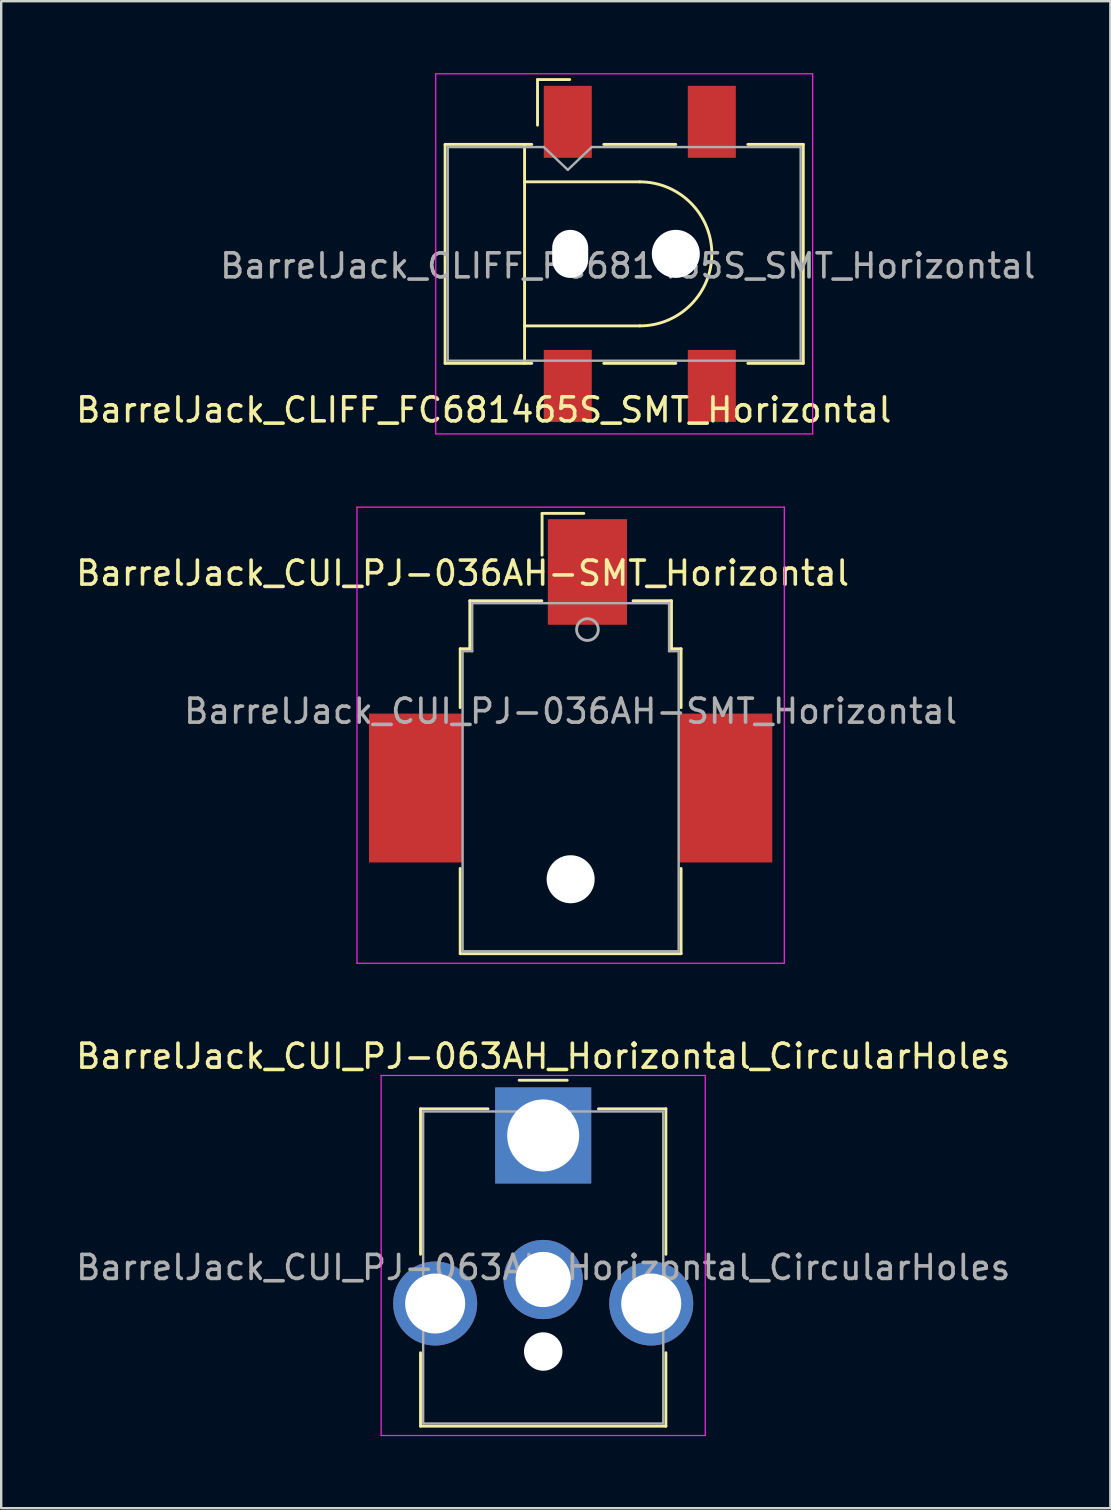
<source format=kicad_pcb>
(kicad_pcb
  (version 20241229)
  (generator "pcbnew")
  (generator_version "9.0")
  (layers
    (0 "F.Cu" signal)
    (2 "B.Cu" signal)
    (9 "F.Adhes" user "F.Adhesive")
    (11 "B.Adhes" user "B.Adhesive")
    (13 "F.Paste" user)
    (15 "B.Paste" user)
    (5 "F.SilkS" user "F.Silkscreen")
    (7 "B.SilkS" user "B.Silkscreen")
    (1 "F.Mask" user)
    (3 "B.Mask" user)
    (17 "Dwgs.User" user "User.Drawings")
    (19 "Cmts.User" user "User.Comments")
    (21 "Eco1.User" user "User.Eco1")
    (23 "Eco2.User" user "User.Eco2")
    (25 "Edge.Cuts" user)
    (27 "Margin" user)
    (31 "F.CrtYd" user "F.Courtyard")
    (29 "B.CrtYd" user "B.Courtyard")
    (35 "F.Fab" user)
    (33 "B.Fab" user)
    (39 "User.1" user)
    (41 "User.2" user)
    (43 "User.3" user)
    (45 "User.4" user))
  (footprint "BarrelJack_CUI_PJ-036AH-SMT_Horizontal"
    (layer "F.Cu")
    (at 20.72 26.575)
    (property "Reference" "BarrelJack_CUI_PJ-036AH-SMT_Horizontal" (at -4.5 -5.75 0) (layer "F.SilkS") (effects (font (size 1 1) (thickness 0.15))))
    (attr smd)
    (fp_line (start -4.6 -2.6) (end -4.2 -2.6) (stroke (width 0.12) (type solid)) (layer "F.SilkS"))
    (fp_line (start -4.6 -0.15) (end -4.6 -2.6) (stroke (width 0.12) (type solid)) (layer "F.SilkS"))
    (fp_line (start -4.6 10.1) (end -4.6 6.55) (stroke (width 0.12) (type solid)) (layer "F.SilkS"))
    (fp_line (start -4.2 -4.6) (end -1.2 -4.6) (stroke (width 0.12) (type solid)) (layer "F.SilkS"))
    (fp_line (start -4.2 -2.6) (end -4.2 -4.6) (stroke (width 0.12) (type solid)) (layer "F.SilkS"))
    (fp_line (start -1.19 -8.24) (end 0.55 -8.24) (stroke (width 0.12) (type solid)) (layer "F.SilkS"))
    (fp_line (start -1.19 -6.5) (end -1.19 -8.24) (stroke (width 0.12) (type solid)) (layer "F.SilkS"))
    (fp_line (start 2.6 -4.6) (end 4.2 -4.6) (stroke (width 0.12) (type solid)) (layer "F.SilkS"))
    (fp_line (start 4.2 -4.6) (end 4.2 -2.6) (stroke (width 0.12) (type solid)) (layer "F.SilkS"))
    (fp_line (start 4.2 -2.6) (end 4.6 -2.6) (stroke (width 0.12) (type solid)) (layer "F.SilkS"))
    (fp_line (start 4.6 -2.6) (end 4.6 -0.15) (stroke (width 0.12) (type solid)) (layer "F.SilkS"))
    (fp_line (start 4.6 6.55) (end 4.6 10.1) (stroke (width 0.12) (type solid)) (layer "F.SilkS"))
    (fp_line (start 4.6 10.1) (end -4.6 10.1) (stroke (width 0.12) (type solid)) (layer "F.SilkS"))
    (fp_line (start -8.9 -8.5) (end -8.9 10.5) (stroke (width 0.05) (type solid)) (layer "F.CrtYd"))
    (fp_line (start -8.9 10.5) (end 8.9 10.5) (stroke (width 0.05) (type solid)) (layer "F.CrtYd"))
    (fp_line (start 8.9 -8.5) (end -8.9 -8.5) (stroke (width 0.05) (type solid)) (layer "F.CrtYd"))
    (fp_line (start 8.9 10.5) (end 8.9 -8.5) (stroke (width 0.05) (type solid)) (layer "F.CrtYd"))
    (fp_line (start -4.5 -2.5) (end -4.5 10) (stroke (width 0.1) (type solid)) (layer "F.Fab"))
    (fp_line (start -4.5 10) (end 4.5 10) (stroke (width 0.1) (type solid)) (layer "F.Fab"))
    (fp_line (start -4.1 -4.5) (end -4.1 -2.5) (stroke (width 0.1) (type solid)) (layer "F.Fab"))
    (fp_line (start -4.1 -2.5) (end -4.5 -2.5) (stroke (width 0.1) (type solid)) (layer "F.Fab"))
    (fp_line (start 4.1 -4.5) (end -4.1 -4.5) (stroke (width 0.1) (type solid)) (layer "F.Fab"))
    (fp_line (start 4.1 -2.5) (end 4.1 -4.5) (stroke (width 0.1) (type solid)) (layer "F.Fab"))
    (fp_line (start 4.5 -2.5) (end 4.1 -2.5) (stroke (width 0.1) (type solid)) (layer "F.Fab"))
    (fp_line (start 4.5 10) (end 4.5 -2.5) (stroke (width 0.1) (type solid)) (layer "F.Fab"))
    (fp_circle (center 0.7 -3.4) (end 0.75 -2.95) (stroke (width 0.12) (type solid)) (fill no) (layer "F.Fab"))
    (fp_text user "${REFERENCE}" (at 0 0 0) (layer "F.Fab") (effects (font (size 1 1) (thickness 0.15))))
    (pad "" np_thru_hole circle (at 0 7) (size 2 2) (drill 2) (layers "*.Cu" "*.Mask"))
    (pad "1" smd rect (at 0.7 -5.8) (size 3.3 4.4) (layers "F.Cu" "F.Mask" "F.Paste"))
    (pad "2" smd rect (at -6.45 3.2) (size 3.9 6.2) (layers "F.Cu" "F.Mask" "F.Paste"))
    (pad "3" smd rect (at 6.45 3.2) (size 3.9 6.2) (layers "F.Cu" "F.Mask" "F.Paste")))
  (footprint "BarrelJack_CUI_PJ-063AH_Horizontal_CircularHoles"
    (layer "F.Cu")
    (at 19.577 44.248)
    (property "Reference" "BarrelJack_CUI_PJ-063AH_Horizontal_CircularHoles" (at 0 -3.3 0) (layer "F.SilkS") (effects (font (size 1 1) (thickness 0.15))))
    (attr through_hole)
    (fp_line (start -5.11 -1.11) (end -2.3 -1.11) (stroke (width 0.12) (type solid)) (layer "F.SilkS"))
    (fp_line (start -5.11 4.95) (end -5.11 -1.11) (stroke (width 0.12) (type solid)) (layer "F.SilkS"))
    (fp_line (start -5.11 12.11) (end -5.11 9.05) (stroke (width 0.12) (type solid)) (layer "F.SilkS"))
    (fp_line (start -1 -2.3) (end 1 -2.3) (stroke (width 0.12) (type solid)) (layer "F.SilkS"))
    (fp_line (start 2.3 -1.11) (end 5.11 -1.11) (stroke (width 0.12) (type solid)) (layer "F.SilkS"))
    (fp_line (start 5.11 -1.11) (end 5.11 4.95) (stroke (width 0.12) (type solid)) (layer "F.SilkS"))
    (fp_line (start 5.11 9.05) (end 5.11 12.11) (stroke (width 0.12) (type solid)) (layer "F.SilkS"))
    (fp_line (start 5.11 12.11) (end -5.11 12.11) (stroke (width 0.12) (type solid)) (layer "F.SilkS"))
    (fp_line (start -6.75 -2.5) (end -6.75 12.5) (stroke (width 0.05) (type solid)) (layer "F.CrtYd"))
    (fp_line (start -6.75 12.5) (end 6.75 12.5) (stroke (width 0.05) (type solid)) (layer "F.CrtYd"))
    (fp_line (start 6.75 -2.5) (end -6.75 -2.5) (stroke (width 0.05) (type solid)) (layer "F.CrtYd"))
    (fp_line (start 6.75 12.5) (end 6.75 -2.5) (stroke (width 0.05) (type solid)) (layer "F.CrtYd"))
    (fp_line (start -5 -1) (end -1 -1) (stroke (width 0.1) (type solid)) (layer "F.Fab"))
    (fp_line (start -5 12) (end -5 -1) (stroke (width 0.1) (type solid)) (layer "F.Fab"))
    (fp_line (start -1 -1) (end 0 0) (stroke (width 0.1) (type solid)) (layer "F.Fab"))
    (fp_line (start 0 0) (end 1 -1) (stroke (width 0.1) (type solid)) (layer "F.Fab"))
    (fp_line (start 1 -1) (end 5 -1) (stroke (width 0.1) (type solid)) (layer "F.Fab"))
    (fp_line (start 5 -1) (end 5 12) (stroke (width 0.1) (type solid)) (layer "F.Fab"))
    (fp_line (start 5 12) (end -5 12) (stroke (width 0.1) (type solid)) (layer "F.Fab"))
    (fp_text user "${REFERENCE}" (at 0 5.5 0) (layer "F.Fab") (effects (font (size 1 1) (thickness 0.15))))
    (pad "" np_thru_hole circle (at 0 9) (size 1.6 1.6) (drill 1.6) (layers "*.Cu" "*.Mask"))
    (pad "1" thru_hole rect (at 0 0) (size 4 4) (drill 3) (layers "*.Cu" "*.Mask"))
    (pad "2" thru_hole circle (at 0 6) (size 3.3 3.3) (drill 2.3) (layers "*.Cu" "*.Mask"))
    (pad "MP" thru_hole circle (at -4.5 7) (size 3.5 3.5) (drill 2.5) (layers "*.Cu" "*.Mask"))
    (pad "MP" thru_hole circle (at 4.5 7) (size 3.5 3.5) (drill 2.5) (layers "*.Cu" "*.Mask")))
  (footprint "BarrelJack_CLIFF_FC681465S_SMT_Horizontal"
    (layer "F.Cu")
    (at 23.601 7.525)
    (property "Reference" "BarrelJack_CLIFF_FC681465S_SMT_Horizontal" (at -6.5 6.5 180) (layer "F.SilkS") (effects (font (size 1 1) (thickness 0.15))))
    (attr smd)
    (fp_line (start -8.11 -4.56) (end -4.5 -4.56) (stroke (width 0.12) (type solid)) (layer "F.SilkS"))
    (fp_line (start -8.11 4.56) (end -8.11 -4.56) (stroke (width 0.12) (type solid)) (layer "F.SilkS"))
    (fp_line (start -8.11 4.56) (end -4.5 4.56) (stroke (width 0.12) (type solid)) (layer "F.SilkS"))
    (fp_line (start -4.8 -3) (end 0 -3) (stroke (width 0.12) (type solid)) (layer "F.SilkS"))
    (fp_line (start -4.8 3) (end 0 3) (stroke (width 0.12) (type solid)) (layer "F.SilkS"))
    (fp_line (start -4.8 4.56) (end -4.8 -4.56) (stroke (width 0.12) (type solid)) (layer "F.SilkS"))
    (fp_line (start -4.26 -7.26) (end -4.26 -5.36) (stroke (width 0.12) (type solid)) (layer "F.SilkS"))
    (fp_line (start -2.92 -7.26) (end -4.26 -7.26) (stroke (width 0.12) (type solid)) (layer "F.SilkS"))
    (fp_line (start -1.5 -4.56) (end 1.5 -4.56) (stroke (width 0.12) (type solid)) (layer "F.SilkS"))
    (fp_line (start -1.5 4.56) (end 1.5 4.56) (stroke (width 0.12) (type solid)) (layer "F.SilkS"))
    (fp_line (start 4.5 -4.56) (end 6.81 -4.56) (stroke (width 0.12) (type solid)) (layer "F.SilkS"))
    (fp_line (start 4.5 4.56) (end 6.81 4.56) (stroke (width 0.12) (type solid)) (layer "F.SilkS"))
    (fp_line (start 6.81 4.56) (end 6.81 -4.56) (stroke (width 0.12) (type solid)) (layer "F.SilkS"))
    (fp_arc (start 0 -3) (mid 3 0) (end 0 3) (stroke (width 0.12) (type solid)) (layer "F.SilkS"))
    (fp_line (start -8.5 -7.5) (end 7.2 -7.5) (stroke (width 0.05) (type solid)) (layer "F.CrtYd"))
    (fp_line (start -8.5 7.5) (end -8.5 -7.5) (stroke (width 0.05) (type solid)) (layer "F.CrtYd"))
    (fp_line (start -8.5 7.5) (end 7.2 7.5) (stroke (width 0.05) (type solid)) (layer "F.CrtYd"))
    (fp_line (start 7.2 7.5) (end 7.2 -7.5) (stroke (width 0.05) (type solid)) (layer "F.CrtYd"))
    (fp_line (start -8 -4.45) (end -4 -4.45) (stroke (width 0.1) (type solid)) (layer "F.Fab"))
    (fp_line (start -8 4.45) (end -8 -4.45) (stroke (width 0.1) (type solid)) (layer "F.Fab"))
    (fp_line (start -8 4.45) (end 6.7 4.45) (stroke (width 0.1) (type solid)) (layer "F.Fab"))
    (fp_line (start -4 -4.45) (end -3 -3.5) (stroke (width 0.1) (type solid)) (layer "F.Fab"))
    (fp_line (start -3 -3.5) (end -2 -4.45) (stroke (width 0.1) (type solid)) (layer "F.Fab"))
    (fp_line (start -2 -4.45) (end 6.7 -4.45) (stroke (width 0.1) (type solid)) (layer "F.Fab"))
    (fp_line (start 6.7 4.45) (end 6.7 -4.45) (stroke (width 0.1) (type solid)) (layer "F.Fab"))
    (fp_text user "${REFERENCE}" (at -0.5 0.5 180) (layer "F.Fab") (effects (font (size 1 1) (thickness 0.15))))
    (pad "" np_thru_hole oval (at -2.9 0 90) (size 2 1.5) (drill oval 2 1.5) (layers "*.Cu" "*.Mask"))
    (pad "" np_thru_hole circle (at 1.5 0 90) (size 2 2) (drill 2) (layers "*.Cu" "*.Mask"))
    (pad "1" smd rect (at -3 -5.5 90) (size 3 2) (layers "F.Cu" "F.Mask" "F.Paste"))
    (pad "1" smd rect (at 3 -5.5 90) (size 3 2) (layers "F.Cu" "F.Mask" "F.Paste"))
    (pad "2" smd rect (at 3 5.5 90) (size 3 2) (layers "F.Cu" "F.Mask" "F.Paste"))
    (pad "3" smd rect (at -3 5.5 90) (size 3 2) (layers "F.Cu" "F.Mask" "F.Paste")))
  (gr_rect
    (start -3 -3)
    (end 43.202 59.773)
    (stroke (width 0.1) (type default))
    (fill no)
    (layer "Edge.Cuts")))
</source>
